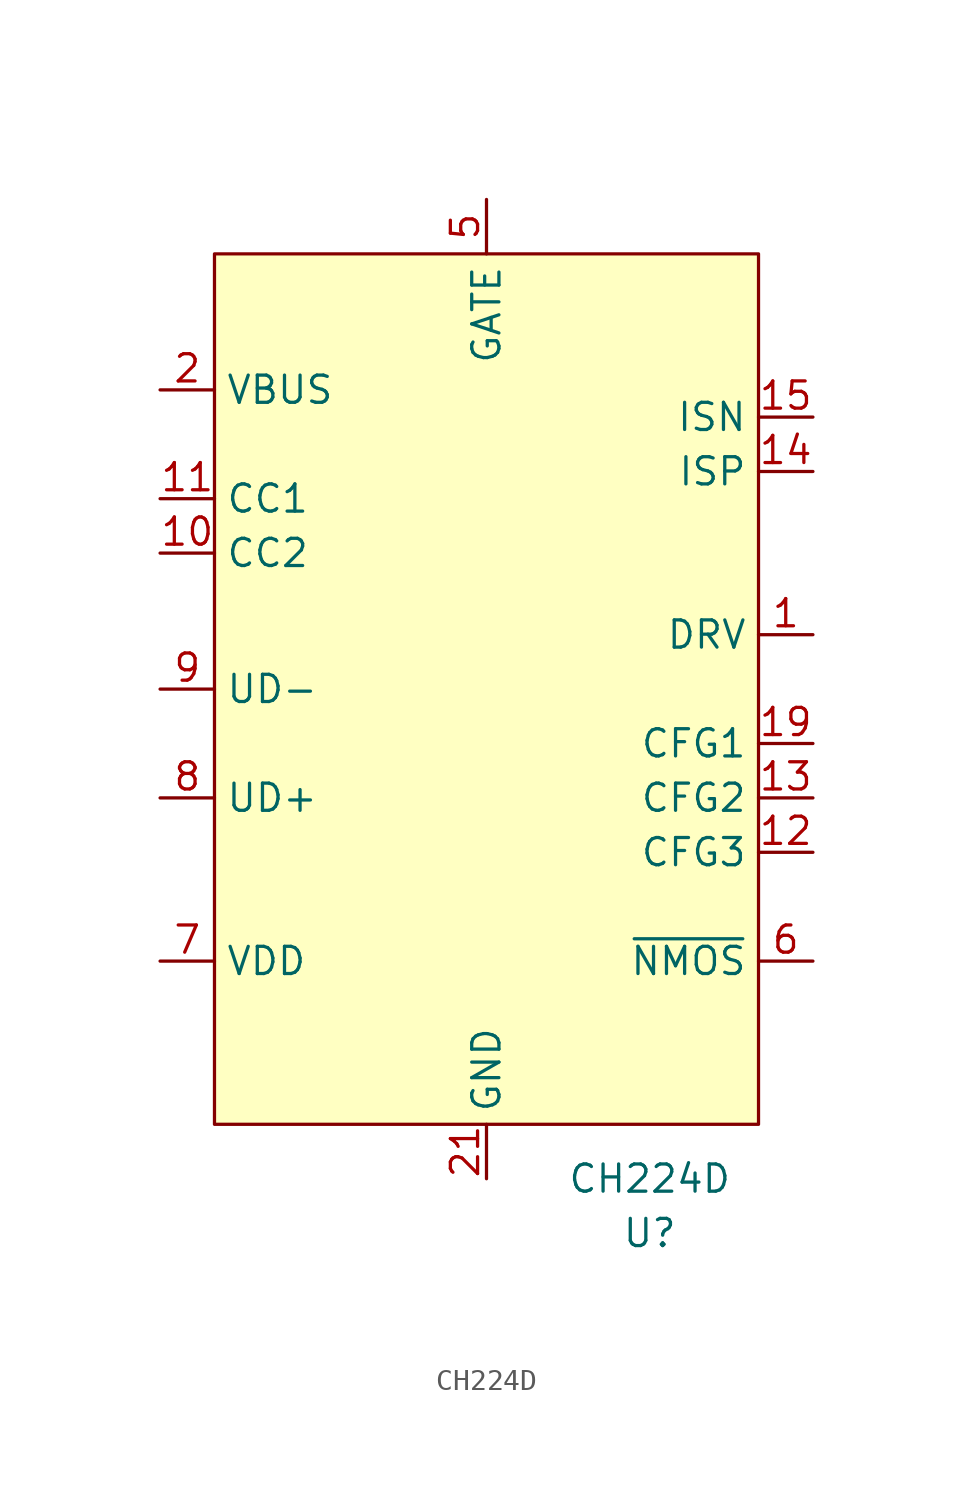
<source format=kicad_sym>
(kicad_symbol_lib
  (version 20211014)
  (generator kicad_symbol_editor)
  (symbol "CH224D"
    (property "Reference" "U"
      (at 7.62 -27.94 0)
      (effects (font (size 1.27 1.27))))
    (property "Value" "CH224D"
      (at 7.62 -25.4 0)
      (effects (font (size 1.27 1.27))))
    (symbol "CH224D_0_1"
      (rectangle (start -12.7 17.78) (end 12.7 -22.86) (stroke (width 0.152) (type default) (color 0 0 0 0)) (fill (type background))))
    (symbol "CH224D_1_1"
      (pin output line (at 15.24 0 180) (length 2.54) (name "DRV" (effects (font (size 1.27 1.27)))) (number "1" (effects (font (size 1.27 1.27)))))
      (pin bidirectional line (at -15.24 3.81 0) (length 2.54) (name "CC2" (effects (font (size 1.27 1.27)))) (number "10" (effects (font (size 1.27 1.27)))))
      (pin bidirectional line (at -15.24 6.35 0) (length 2.54) (name "CC1" (effects (font (size 1.27 1.27)))) (number "11" (effects (font (size 1.27 1.27)))))
      (pin input line (at 15.24 -10.16 180) (length 2.54) (name "CFG3" (effects (font (size 1.27 1.27)))) (number "12" (effects (font (size 1.27 1.27)))))
      (pin input line (at 15.24 -7.62 180) (length 2.54) (name "CFG2" (effects (font (size 1.27 1.27)))) (number "13" (effects (font (size 1.27 1.27)))))
      (pin input line (at 15.24 7.62 180) (length 2.54) (name "ISP" (effects (font (size 1.27 1.27)))) (number "14" (effects (font (size 1.27 1.27)))))
      (pin input line (at 15.24 10.16 180) (length 2.54) (name "ISN" (effects (font (size 1.27 1.27)))) (number "15" (effects (font (size 1.27 1.27)))))
      (pin no_connect line (at 0 0 90) (length 2.54) hide (name "NC" (effects (font (size 1.27 1.27)))) (number "16" (effects (font (size 1.27 1.27)))))
      (pin no_connect line (at 0 0 90) (length 2.54) hide (name "NC" (effects (font (size 1.27 1.27)))) (number "17" (effects (font (size 1.27 1.27)))))
      (pin no_connect line (at 0 0 90) (length 2.54) hide (name "NC" (effects (font (size 1.27 1.27)))) (number "18" (effects (font (size 1.27 1.27)))))
      (pin input line (at 15.24 -5.08 180) (length 2.54) (name "CFG1" (effects (font (size 1.27 1.27)))) (number "19" (effects (font (size 1.27 1.27)))))
      (pin power_in line (at -15.24 11.43 0) (length 2.54) (name "VBUS" (effects (font (size 1.27 1.27)))) (number "2" (effects (font (size 1.27 1.27)))))
      (pin no_connect line (at 0 0 90) (length 2.54) hide (name "NC" (effects (font (size 1.27 1.27)))) (number "20" (effects (font (size 1.27 1.27)))))
      (pin passive line (at 0 -25.4 90) (length 2.54) (name "GND" (effects (font (size 1.27 1.27)))) (number "21" (effects (font (size 1.27 1.27)))))
      (pin no_connect line (at 0 0 90) (length 2.54) hide (name "NC" (effects (font (size 1.27 1.27)))) (number "3" (effects (font (size 1.27 1.27)))))
      (pin no_connect line (at 0 0 90) (length 2.54) hide (name "NC" (effects (font (size 1.27 1.27)))) (number "4" (effects (font (size 1.27 1.27)))))
      (pin output line (at 0 20.32 270) (length 2.54) (name "GATE" (effects (font (size 1.27 1.27)))) (number "5" (effects (font (size 1.27 1.27)))))
      (pin input line (at 15.24 -15.24 180) (length 2.54) (name "~{NMOS}" (effects (font (size 1.27 1.27)))) (number "6" (effects (font (size 1.27 1.27)))))
      (pin power_out line (at -15.24 -15.24 0) (length 2.54) (name "VDD" (effects (font (size 1.27 1.27)))) (number "7" (effects (font (size 1.27 1.27)))))
      (pin bidirectional line (at -15.24 -7.62 0) (length 2.54) (name "UD+" (effects (font (size 1.27 1.27)))) (number "8" (effects (font (size 1.27 1.27)))))
      (pin bidirectional line (at -15.24 -2.54 0) (length 2.54) (name "UD-" (effects (font (size 1.27 1.27)))) (number "9" (effects (font (size 1.27 1.27))))))))
</source>
